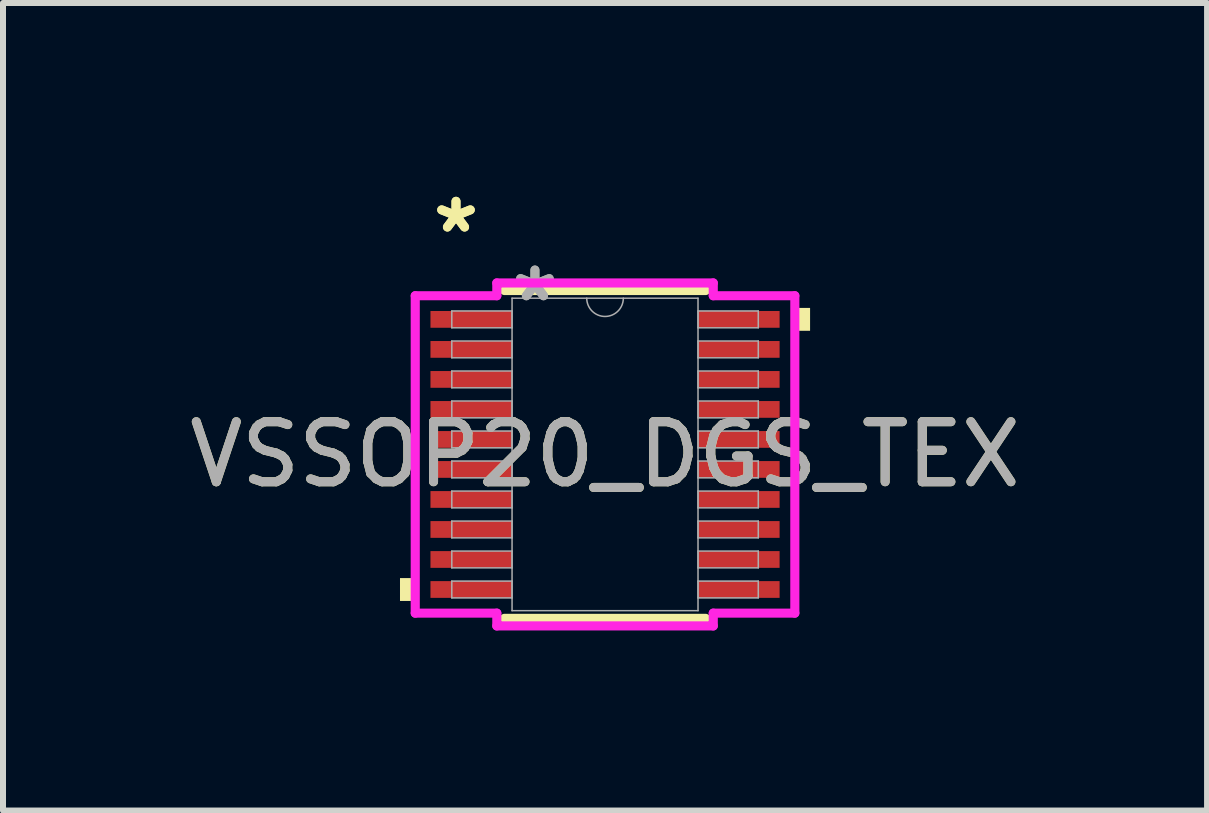
<source format=kicad_pcb>
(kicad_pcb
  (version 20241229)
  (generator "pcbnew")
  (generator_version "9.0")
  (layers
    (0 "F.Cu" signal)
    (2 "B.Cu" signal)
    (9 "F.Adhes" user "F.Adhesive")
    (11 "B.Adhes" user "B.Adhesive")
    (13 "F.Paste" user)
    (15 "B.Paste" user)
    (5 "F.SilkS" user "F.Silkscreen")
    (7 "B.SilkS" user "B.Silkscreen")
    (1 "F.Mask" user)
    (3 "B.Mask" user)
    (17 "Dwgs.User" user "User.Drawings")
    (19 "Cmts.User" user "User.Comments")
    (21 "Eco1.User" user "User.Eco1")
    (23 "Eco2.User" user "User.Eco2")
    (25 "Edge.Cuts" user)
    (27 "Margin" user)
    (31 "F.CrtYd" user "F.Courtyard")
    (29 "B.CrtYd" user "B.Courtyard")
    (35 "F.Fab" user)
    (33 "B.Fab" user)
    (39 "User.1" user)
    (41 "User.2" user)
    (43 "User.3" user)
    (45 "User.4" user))
  (footprint "VSSOP20_DGS_TEX"
    (layer "F.Cu")
    (at 7.03 4.521)
    (property "Reference" "VSSOP20_DGS_TEX" (at 0 0 0) (unlocked yes) (layer "F.SilkS") (effects (font (size 1 1) (thickness 0.15))))
    (attr smd)
    (fp_line (start -1.676 2.731) (end 1.676 2.731) (stroke (width 0.152) (type solid)) (layer "F.SilkS"))
    (fp_line (start 1.676 -2.731) (end -1.676 -2.731) (stroke (width 0.152) (type solid)) (layer "F.SilkS"))
    (fp_poly (pts (xy -3.416 2.06) (xy -3.416 2.441) (xy -3.162 2.441) (xy -3.162 2.06)) (stroke (width 0) (type solid)) (fill yes) (layer "F.SilkS"))
    (fp_poly (pts (xy 3.416 -2.441) (xy 3.416 -2.06) (xy 3.162 -2.06) (xy 3.162 -2.441)) (stroke (width 0) (type solid)) (fill yes) (layer "F.SilkS"))
    (fp_line (start -3.162 -2.644) (end -1.803 -2.644) (stroke (width 0.152) (type solid)) (layer "F.CrtYd"))
    (fp_line (start -3.162 2.644) (end -3.162 -2.644) (stroke (width 0.152) (type solid)) (layer "F.CrtYd"))
    (fp_line (start -3.162 2.644) (end -1.803 2.644) (stroke (width 0.152) (type solid)) (layer "F.CrtYd"))
    (fp_line (start -1.803 -2.857) (end 1.803 -2.857) (stroke (width 0.152) (type solid)) (layer "F.CrtYd"))
    (fp_line (start -1.803 -2.644) (end -1.803 -2.857) (stroke (width 0.152) (type solid)) (layer "F.CrtYd"))
    (fp_line (start -1.803 2.857) (end -1.803 2.644) (stroke (width 0.152) (type solid)) (layer "F.CrtYd"))
    (fp_line (start 1.803 -2.857) (end 1.803 -2.644) (stroke (width 0.152) (type solid)) (layer "F.CrtYd"))
    (fp_line (start 1.803 2.644) (end 1.803 2.857) (stroke (width 0.152) (type solid)) (layer "F.CrtYd"))
    (fp_line (start 1.803 2.857) (end -1.803 2.857) (stroke (width 0.152) (type solid)) (layer "F.CrtYd"))
    (fp_line (start 3.162 -2.644) (end 1.803 -2.644) (stroke (width 0.152) (type solid)) (layer "F.CrtYd"))
    (fp_line (start 3.162 -2.644) (end 3.162 2.644) (stroke (width 0.152) (type solid)) (layer "F.CrtYd"))
    (fp_line (start 3.162 2.644) (end 1.803 2.644) (stroke (width 0.152) (type solid)) (layer "F.CrtYd"))
    (fp_line (start -2.553 -2.39) (end -2.553 -2.11) (stroke (width 0.025) (type solid)) (layer "F.Fab"))
    (fp_line (start -2.553 -2.11) (end -1.549 -2.11) (stroke (width 0.025) (type solid)) (layer "F.Fab"))
    (fp_line (start -2.553 -1.89) (end -2.553 -1.61) (stroke (width 0.025) (type solid)) (layer "F.Fab"))
    (fp_line (start -2.553 -1.61) (end -1.549 -1.61) (stroke (width 0.025) (type solid)) (layer "F.Fab"))
    (fp_line (start -2.553 -1.39) (end -2.553 -1.11) (stroke (width 0.025) (type solid)) (layer "F.Fab"))
    (fp_line (start -2.553 -1.11) (end -1.549 -1.11) (stroke (width 0.025) (type solid)) (layer "F.Fab"))
    (fp_line (start -2.553 -0.89) (end -2.553 -0.61) (stroke (width 0.025) (type solid)) (layer "F.Fab"))
    (fp_line (start -2.553 -0.61) (end -1.549 -0.61) (stroke (width 0.025) (type solid)) (layer "F.Fab"))
    (fp_line (start -2.553 -0.39) (end -2.553 -0.11) (stroke (width 0.025) (type solid)) (layer "F.Fab"))
    (fp_line (start -2.553 -0.11) (end -1.549 -0.11) (stroke (width 0.025) (type solid)) (layer "F.Fab"))
    (fp_line (start -2.553 0.11) (end -2.553 0.39) (stroke (width 0.025) (type solid)) (layer "F.Fab"))
    (fp_line (start -2.553 0.39) (end -1.549 0.39) (stroke (width 0.025) (type solid)) (layer "F.Fab"))
    (fp_line (start -2.553 0.61) (end -2.553 0.89) (stroke (width 0.025) (type solid)) (layer "F.Fab"))
    (fp_line (start -2.553 0.89) (end -1.549 0.89) (stroke (width 0.025) (type solid)) (layer "F.Fab"))
    (fp_line (start -2.553 1.11) (end -2.553 1.39) (stroke (width 0.025) (type solid)) (layer "F.Fab"))
    (fp_line (start -2.553 1.39) (end -1.549 1.39) (stroke (width 0.025) (type solid)) (layer "F.Fab"))
    (fp_line (start -2.553 1.61) (end -2.553 1.89) (stroke (width 0.025) (type solid)) (layer "F.Fab"))
    (fp_line (start -2.553 1.89) (end -1.549 1.89) (stroke (width 0.025) (type solid)) (layer "F.Fab"))
    (fp_line (start -2.553 2.11) (end -2.553 2.39) (stroke (width 0.025) (type solid)) (layer "F.Fab"))
    (fp_line (start -2.553 2.39) (end -1.549 2.39) (stroke (width 0.025) (type solid)) (layer "F.Fab"))
    (fp_line (start -1.549 -2.603) (end -1.549 2.603) (stroke (width 0.025) (type solid)) (layer "F.Fab"))
    (fp_line (start -1.549 -2.39) (end -2.553 -2.39) (stroke (width 0.025) (type solid)) (layer "F.Fab"))
    (fp_line (start -1.549 -2.11) (end -1.549 -2.39) (stroke (width 0.025) (type solid)) (layer "F.Fab"))
    (fp_line (start -1.549 -1.89) (end -2.553 -1.89) (stroke (width 0.025) (type solid)) (layer "F.Fab"))
    (fp_line (start -1.549 -1.61) (end -1.549 -1.89) (stroke (width 0.025) (type solid)) (layer "F.Fab"))
    (fp_line (start -1.549 -1.39) (end -2.553 -1.39) (stroke (width 0.025) (type solid)) (layer "F.Fab"))
    (fp_line (start -1.549 -1.11) (end -1.549 -1.39) (stroke (width 0.025) (type solid)) (layer "F.Fab"))
    (fp_line (start -1.549 -0.89) (end -2.553 -0.89) (stroke (width 0.025) (type solid)) (layer "F.Fab"))
    (fp_line (start -1.549 -0.61) (end -1.549 -0.89) (stroke (width 0.025) (type solid)) (layer "F.Fab"))
    (fp_line (start -1.549 -0.39) (end -2.553 -0.39) (stroke (width 0.025) (type solid)) (layer "F.Fab"))
    (fp_line (start -1.549 -0.11) (end -1.549 -0.39) (stroke (width 0.025) (type solid)) (layer "F.Fab"))
    (fp_line (start -1.549 0.11) (end -2.553 0.11) (stroke (width 0.025) (type solid)) (layer "F.Fab"))
    (fp_line (start -1.549 0.39) (end -1.549 0.11) (stroke (width 0.025) (type solid)) (layer "F.Fab"))
    (fp_line (start -1.549 0.61) (end -2.553 0.61) (stroke (width 0.025) (type solid)) (layer "F.Fab"))
    (fp_line (start -1.549 0.89) (end -1.549 0.61) (stroke (width 0.025) (type solid)) (layer "F.Fab"))
    (fp_line (start -1.549 1.11) (end -2.553 1.11) (stroke (width 0.025) (type solid)) (layer "F.Fab"))
    (fp_line (start -1.549 1.39) (end -1.549 1.11) (stroke (width 0.025) (type solid)) (layer "F.Fab"))
    (fp_line (start -1.549 1.61) (end -2.553 1.61) (stroke (width 0.025) (type solid)) (layer "F.Fab"))
    (fp_line (start -1.549 1.89) (end -1.549 1.61) (stroke (width 0.025) (type solid)) (layer "F.Fab"))
    (fp_line (start -1.549 2.11) (end -2.553 2.11) (stroke (width 0.025) (type solid)) (layer "F.Fab"))
    (fp_line (start -1.549 2.39) (end -1.549 2.11) (stroke (width 0.025) (type solid)) (layer "F.Fab"))
    (fp_line (start -1.549 2.603) (end 1.549 2.603) (stroke (width 0.025) (type solid)) (layer "F.Fab"))
    (fp_line (start 1.549 -2.603) (end -1.549 -2.603) (stroke (width 0.025) (type solid)) (layer "F.Fab"))
    (fp_line (start 1.549 -2.39) (end 1.549 -2.11) (stroke (width 0.025) (type solid)) (layer "F.Fab"))
    (fp_line (start 1.549 -2.11) (end 2.553 -2.11) (stroke (width 0.025) (type solid)) (layer "F.Fab"))
    (fp_line (start 1.549 -1.89) (end 1.549 -1.61) (stroke (width 0.025) (type solid)) (layer "F.Fab"))
    (fp_line (start 1.549 -1.61) (end 2.553 -1.61) (stroke (width 0.025) (type solid)) (layer "F.Fab"))
    (fp_line (start 1.549 -1.39) (end 1.549 -1.11) (stroke (width 0.025) (type solid)) (layer "F.Fab"))
    (fp_line (start 1.549 -1.11) (end 2.553 -1.11) (stroke (width 0.025) (type solid)) (layer "F.Fab"))
    (fp_line (start 1.549 -0.89) (end 1.549 -0.61) (stroke (width 0.025) (type solid)) (layer "F.Fab"))
    (fp_line (start 1.549 -0.61) (end 2.553 -0.61) (stroke (width 0.025) (type solid)) (layer "F.Fab"))
    (fp_line (start 1.549 -0.39) (end 1.549 -0.11) (stroke (width 0.025) (type solid)) (layer "F.Fab"))
    (fp_line (start 1.549 -0.11) (end 2.553 -0.11) (stroke (width 0.025) (type solid)) (layer "F.Fab"))
    (fp_line (start 1.549 0.11) (end 1.549 0.39) (stroke (width 0.025) (type solid)) (layer "F.Fab"))
    (fp_line (start 1.549 0.39) (end 2.553 0.39) (stroke (width 0.025) (type solid)) (layer "F.Fab"))
    (fp_line (start 1.549 0.61) (end 1.549 0.89) (stroke (width 0.025) (type solid)) (layer "F.Fab"))
    (fp_line (start 1.549 0.89) (end 2.553 0.89) (stroke (width 0.025) (type solid)) (layer "F.Fab"))
    (fp_line (start 1.549 1.11) (end 1.549 1.39) (stroke (width 0.025) (type solid)) (layer "F.Fab"))
    (fp_line (start 1.549 1.39) (end 2.553 1.39) (stroke (width 0.025) (type solid)) (layer "F.Fab"))
    (fp_line (start 1.549 1.61) (end 1.549 1.89) (stroke (width 0.025) (type solid)) (layer "F.Fab"))
    (fp_line (start 1.549 1.89) (end 2.553 1.89) (stroke (width 0.025) (type solid)) (layer "F.Fab"))
    (fp_line (start 1.549 2.11) (end 1.549 2.39) (stroke (width 0.025) (type solid)) (layer "F.Fab"))
    (fp_line (start 1.549 2.39) (end 2.553 2.39) (stroke (width 0.025) (type solid)) (layer "F.Fab"))
    (fp_line (start 1.549 2.603) (end 1.549 -2.603) (stroke (width 0.025) (type solid)) (layer "F.Fab"))
    (fp_line (start 2.553 -2.39) (end 1.549 -2.39) (stroke (width 0.025) (type solid)) (layer "F.Fab"))
    (fp_line (start 2.553 -2.11) (end 2.553 -2.39) (stroke (width 0.025) (type solid)) (layer "F.Fab"))
    (fp_line (start 2.553 -1.89) (end 1.549 -1.89) (stroke (width 0.025) (type solid)) (layer "F.Fab"))
    (fp_line (start 2.553 -1.61) (end 2.553 -1.89) (stroke (width 0.025) (type solid)) (layer "F.Fab"))
    (fp_line (start 2.553 -1.39) (end 1.549 -1.39) (stroke (width 0.025) (type solid)) (layer "F.Fab"))
    (fp_line (start 2.553 -1.11) (end 2.553 -1.39) (stroke (width 0.025) (type solid)) (layer "F.Fab"))
    (fp_line (start 2.553 -0.89) (end 1.549 -0.89) (stroke (width 0.025) (type solid)) (layer "F.Fab"))
    (fp_line (start 2.553 -0.61) (end 2.553 -0.89) (stroke (width 0.025) (type solid)) (layer "F.Fab"))
    (fp_line (start 2.553 -0.39) (end 1.549 -0.39) (stroke (width 0.025) (type solid)) (layer "F.Fab"))
    (fp_line (start 2.553 -0.11) (end 2.553 -0.39) (stroke (width 0.025) (type solid)) (layer "F.Fab"))
    (fp_line (start 2.553 0.11) (end 1.549 0.11) (stroke (width 0.025) (type solid)) (layer "F.Fab"))
    (fp_line (start 2.553 0.39) (end 2.553 0.11) (stroke (width 0.025) (type solid)) (layer "F.Fab"))
    (fp_line (start 2.553 0.61) (end 1.549 0.61) (stroke (width 0.025) (type solid)) (layer "F.Fab"))
    (fp_line (start 2.553 0.89) (end 2.553 0.61) (stroke (width 0.025) (type solid)) (layer "F.Fab"))
    (fp_line (start 2.553 1.11) (end 1.549 1.11) (stroke (width 0.025) (type solid)) (layer "F.Fab"))
    (fp_line (start 2.553 1.39) (end 2.553 1.11) (stroke (width 0.025) (type solid)) (layer "F.Fab"))
    (fp_line (start 2.553 1.61) (end 1.549 1.61) (stroke (width 0.025) (type solid)) (layer "F.Fab"))
    (fp_line (start 2.553 1.89) (end 2.553 1.61) (stroke (width 0.025) (type solid)) (layer "F.Fab"))
    (fp_line (start 2.553 2.11) (end 1.549 2.11) (stroke (width 0.025) (type solid)) (layer "F.Fab"))
    (fp_line (start 2.553 2.39) (end 2.553 2.11) (stroke (width 0.025) (type solid)) (layer "F.Fab"))
    (fp_arc (start 0.3048 -2.6035) (mid 0 -2.2987) (end -0.3048 -2.6035) (stroke (width 0.0254) (type solid)) (layer "F.Fab"))
    (fp_text user "*" (at -2.483 -3.672 0) (unlocked yes) (layer "F.SilkS") (effects (font (size 1 1) (thickness 0.15))))
    (fp_text user "*" (at -2.483 -3.672 0) (layer "F.SilkS") (effects (font (size 1 1) (thickness 0.15))))
    (fp_text user "${REFERENCE}" (at 0 0 0) (unlocked yes) (layer "F.Fab") (effects (font (size 1 1) (thickness 0.15))))
    (fp_text user "*" (at -1.168 -2.527 0) (layer "F.Fab") (effects (font (size 1 1) (thickness 0.15))))
    (fp_text user "*" (at -1.168 -2.527 0) (unlocked yes) (layer "F.Fab") (effects (font (size 1 1) (thickness 0.15))))
    (pad "1" smd rect (at -2.229 -2.25) (size 1.359 0.279) (layers "F.Cu" "F.Mask" "F.Paste"))
    (pad "2" smd rect (at -2.229 -1.75) (size 1.359 0.279) (layers "F.Cu" "F.Mask" "F.Paste"))
    (pad "3" smd rect (at -2.229 -1.25) (size 1.359 0.279) (layers "F.Cu" "F.Mask" "F.Paste"))
    (pad "4" smd rect (at -2.229 -0.75) (size 1.359 0.279) (layers "F.Cu" "F.Mask" "F.Paste"))
    (pad "5" smd rect (at -2.229 -0.25) (size 1.359 0.279) (layers "F.Cu" "F.Mask" "F.Paste"))
    (pad "6" smd rect (at -2.229 0.25) (size 1.359 0.279) (layers "F.Cu" "F.Mask" "F.Paste"))
    (pad "7" smd rect (at -2.229 0.75) (size 1.359 0.279) (layers "F.Cu" "F.Mask" "F.Paste"))
    (pad "8" smd rect (at -2.229 1.25) (size 1.359 0.279) (layers "F.Cu" "F.Mask" "F.Paste"))
    (pad "9" smd rect (at -2.229 1.75) (size 1.359 0.279) (layers "F.Cu" "F.Mask" "F.Paste"))
    (pad "10" smd rect (at -2.229 2.25) (size 1.359 0.279) (layers "F.Cu" "F.Mask" "F.Paste"))
    (pad "11" smd rect (at 2.229 2.25) (size 1.359 0.279) (layers "F.Cu" "F.Mask" "F.Paste"))
    (pad "12" smd rect (at 2.229 1.75) (size 1.359 0.279) (layers "F.Cu" "F.Mask" "F.Paste"))
    (pad "13" smd rect (at 2.229 1.25) (size 1.359 0.279) (layers "F.Cu" "F.Mask" "F.Paste"))
    (pad "14" smd rect (at 2.229 0.75) (size 1.359 0.279) (layers "F.Cu" "F.Mask" "F.Paste"))
    (pad "15" smd rect (at 2.229 0.25) (size 1.359 0.279) (layers "F.Cu" "F.Mask" "F.Paste"))
    (pad "16" smd rect (at 2.229 -0.25) (size 1.359 0.279) (layers "F.Cu" "F.Mask" "F.Paste"))
    (pad "17" smd rect (at 2.229 -0.75) (size 1.359 0.279) (layers "F.Cu" "F.Mask" "F.Paste"))
    (pad "18" smd rect (at 2.229 -1.25) (size 1.359 0.279) (layers "F.Cu" "F.Mask" "F.Paste"))
    (pad "19" smd rect (at 2.229 -1.75) (size 1.359 0.279) (layers "F.Cu" "F.Mask" "F.Paste"))
    (pad "20" smd rect (at 2.229 -2.25) (size 1.359 0.279) (layers "F.Cu" "F.Mask" "F.Paste")))
  (gr_rect
    (start -3 -3)
    (end 17.06 10.454)
    (stroke (width 0.1) (type default))
    (fill no)
    (layer "Edge.Cuts")))
</source>
